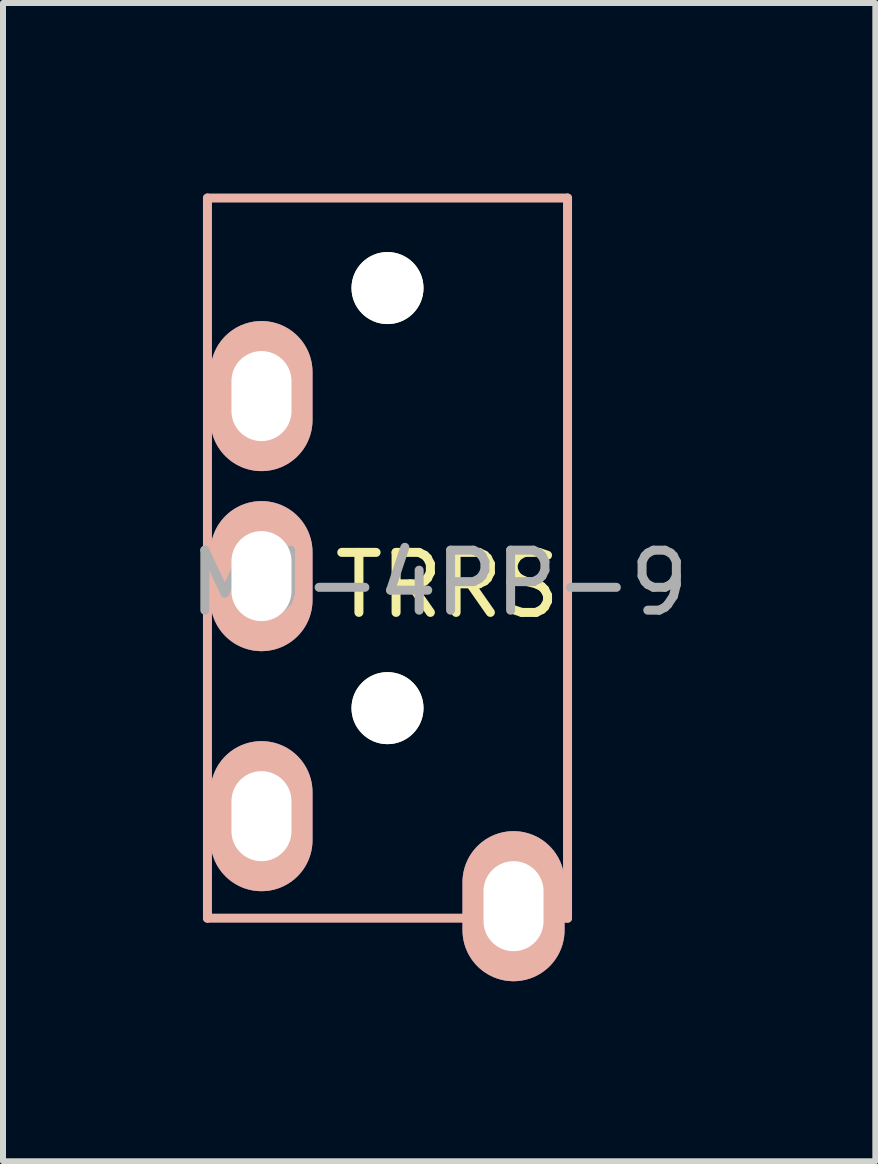
<source format=kicad_pcb>
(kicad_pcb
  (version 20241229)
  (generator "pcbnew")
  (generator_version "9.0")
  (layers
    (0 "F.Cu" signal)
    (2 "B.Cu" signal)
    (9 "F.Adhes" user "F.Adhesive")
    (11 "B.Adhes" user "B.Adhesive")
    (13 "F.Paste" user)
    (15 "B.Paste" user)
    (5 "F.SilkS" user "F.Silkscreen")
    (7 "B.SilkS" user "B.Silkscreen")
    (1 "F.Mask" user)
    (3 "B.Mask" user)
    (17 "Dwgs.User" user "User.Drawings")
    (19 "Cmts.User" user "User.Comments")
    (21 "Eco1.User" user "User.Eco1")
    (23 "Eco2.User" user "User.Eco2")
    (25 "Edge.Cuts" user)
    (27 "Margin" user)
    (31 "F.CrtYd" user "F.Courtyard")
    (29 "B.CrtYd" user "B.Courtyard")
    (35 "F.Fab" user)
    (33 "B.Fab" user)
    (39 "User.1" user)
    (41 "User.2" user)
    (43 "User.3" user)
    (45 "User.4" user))
  (footprint "MJ-4PP-9"
    (layer "F.Cu")
    (at 5.157 0.25)
    (property "Reference" "MJ-4PP-9" (at -0.889 6.413 0) (layer "F.Fab") (effects (font (size 1 1) (thickness 0.15))))
    (attr through_hole)
    (fp_line (start -4.75 0) (end 1.25 0) (stroke (width 0.15) (type solid)) (layer "B.SilkS"))
    (fp_line (start -4.75 12) (end -4.75 0) (stroke (width 0.15) (type solid)) (layer "B.SilkS"))
    (fp_line (start 1.25 0) (end 1.25 12) (stroke (width 0.15) (type solid)) (layer "B.SilkS"))
    (fp_line (start 1.25 12) (end -4.75 12) (stroke (width 0.15) (type solid)) (layer "B.SilkS"))
    (fp_text user "TRRS" (at -0.75 6.45 0) (layer "F.SilkS") (effects (font (size 1 1) (thickness 0.15))))
    (pad "" np_thru_hole circle (at -1.75 1.5) (size 1.2 1.2) (drill 1.2) (layers "*.Cu" "*.Mask" "F.SilkS"))
    (pad "" np_thru_hole circle (at -1.75 8.5) (size 1.2 1.2) (drill 1.2) (layers "*.Cu" "*.Mask" "F.SilkS"))
    (pad "1" thru_hole oval (at -3.85 10.3) (size 1.7 2.5) (drill oval 1 1.5) (layers "*.Cu" "*.Mask" "B.SilkS"))
    (pad "2" thru_hole oval (at -3.85 6.3) (size 1.7 2.5) (drill oval 1 1.5) (layers "*.Cu" "*.Mask" "B.SilkS"))
    (pad "3" thru_hole oval (at 0.35 11.8) (size 1.7 2.5) (drill oval 1 1.5) (layers "*.Cu" "*.Mask" "B.SilkS"))
    (pad "4" thru_hole oval (at -3.85 3.3) (size 1.7 2.5) (drill oval 1 1.5) (layers "*.Cu" "*.Mask" "B.SilkS")))
  (gr_rect
    (start -3 -3)
    (end 11.536 16.3)
    (stroke (width 0.1) (type default))
    (fill no)
    (layer "Edge.Cuts")))
</source>
